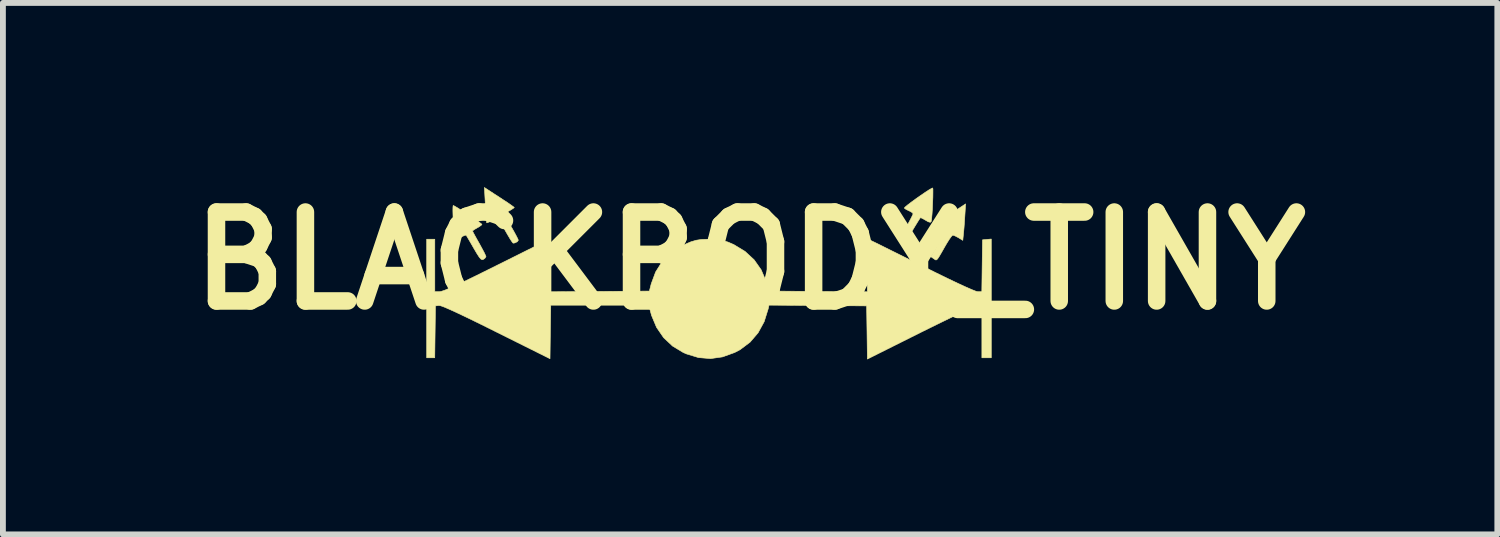
<source format=kicad_pcb>
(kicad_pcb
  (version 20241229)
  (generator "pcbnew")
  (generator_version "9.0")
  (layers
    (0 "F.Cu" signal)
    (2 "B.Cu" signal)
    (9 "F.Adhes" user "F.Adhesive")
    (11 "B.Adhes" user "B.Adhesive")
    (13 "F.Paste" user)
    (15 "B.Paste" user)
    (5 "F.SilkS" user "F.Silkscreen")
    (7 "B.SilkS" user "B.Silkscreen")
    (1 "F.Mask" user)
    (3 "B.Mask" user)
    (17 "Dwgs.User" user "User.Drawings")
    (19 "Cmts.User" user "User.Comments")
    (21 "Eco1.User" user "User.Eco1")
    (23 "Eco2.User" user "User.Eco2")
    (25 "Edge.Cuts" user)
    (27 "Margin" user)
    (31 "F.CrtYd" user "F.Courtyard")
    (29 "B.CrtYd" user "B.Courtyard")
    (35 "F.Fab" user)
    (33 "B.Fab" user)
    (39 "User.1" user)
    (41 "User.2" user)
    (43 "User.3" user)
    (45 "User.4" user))
  (footprint "BLACKBODY_TINY"
    (layer "F.Cu")
    (at 9.804 1.418)
    (property "Reference" "BLACKBODY_TINY" (at 0 0 0) (layer "F.SilkS") (effects (font (size 1.524 1.524) (thickness 0.3))))
    (attr through_hole)
    (fp_poly (pts (xy -4.497 -1.218) (xy -4.455 -1.191) (xy -4.385 -1.145) (xy -4.298 -1.089) (xy -4.241 -1.051) (xy -4.158 -0.997) (xy -4.092 -0.951) (xy -4.051 -0.921) (xy -4.041 -0.912) (xy -4.059 -0.897) (xy -4.105 -0.868) (xy -4.131 -0.853) (xy -4.22 -0.803) (xy -4.096 -0.587) (xy -4.045 -0.497) (xy -4.004 -0.421) (xy -3.978 -0.369) (xy -3.972 -0.35) (xy -3.991 -0.325) (xy -4.032 -0.305) (xy -4.06 -0.301) (xy -4.077 -0.32) (xy -4.111 -0.371) (xy -4.156 -0.447) (xy -4.198 -0.52) (xy -4.32 -0.739) (xy -4.414 -0.691) (xy -4.471 -0.664) (xy -4.507 -0.651) (xy -4.514 -0.651) (xy -4.517 -0.675) (xy -4.522 -0.737) (xy -4.529 -0.827) (xy -4.535 -0.937) (xy -4.536 -0.956) (xy -4.553 -1.255) (xy -4.497 -1.218)) (stroke (width 0.01) (type solid)) (fill yes) (layer "F.SilkS"))
    (fp_poly (pts (xy 3.681 -0.782) (xy 3.674 -0.673) (xy 3.666 -0.564) (xy 3.658 -0.477) (xy 3.657 -0.469) (xy 3.645 -0.349) (xy 3.572 -0.394) (xy 3.517 -0.423) (xy 3.478 -0.438) (xy 3.474 -0.439) (xy 3.452 -0.42) (xy 3.415 -0.369) (xy 3.369 -0.296) (xy 3.341 -0.248) (xy 3.282 -0.144) (xy 3.241 -0.074) (xy 3.214 -0.033) (xy 3.195 -0.015) (xy 3.178 -0.014) (xy 3.16 -0.026) (xy 3.146 -0.036) (xy 3.096 -0.07) (xy 3.225 -0.29) (xy 3.281 -0.387) (xy 3.316 -0.451) (xy 3.332 -0.492) (xy 3.333 -0.518) (xy 3.32 -0.535) (xy 3.311 -0.543) (xy 3.258 -0.576) (xy 3.227 -0.59) (xy 3.193 -0.61) (xy 3.187 -0.622) (xy 3.206 -0.643) (xy 3.265 -0.688) (xy 3.361 -0.755) (xy 3.495 -0.845) (xy 3.631 -0.933) (xy 3.693 -0.974) (xy 3.681 -0.782)) (stroke (width 0.01) (type solid)) (fill yes) (layer "F.SilkS"))
    (fp_poly (pts (xy -5.062 -0.935) (xy -5.008 -0.903) (xy -4.936 -0.857) (xy -4.853 -0.804) (xy -4.768 -0.748) (xy -4.692 -0.696) (xy -4.633 -0.654) (xy -4.599 -0.627) (xy -4.595 -0.622) (xy -4.613 -0.603) (xy -4.659 -0.573) (xy -4.676 -0.564) (xy -4.727 -0.534) (xy -4.755 -0.513) (xy -4.757 -0.51) (xy -4.746 -0.486) (xy -4.717 -0.432) (xy -4.675 -0.356) (xy -4.641 -0.296) (xy -4.593 -0.208) (xy -4.554 -0.135) (xy -4.531 -0.085) (xy -4.526 -0.07) (xy -4.544 -0.043) (xy -4.569 -0.024) (xy -4.591 -0.018) (xy -4.614 -0.029) (xy -4.642 -0.062) (xy -4.682 -0.124) (xy -4.735 -0.214) (xy -4.786 -0.303) (xy -4.828 -0.375) (xy -4.857 -0.424) (xy -4.866 -0.438) (xy -4.89 -0.435) (xy -4.938 -0.413) (xy -4.965 -0.398) (xy -5.055 -0.346) (xy -5.066 -0.421) (xy -5.074 -0.491) (xy -5.082 -0.58) (xy -5.087 -0.678) (xy -5.091 -0.774) (xy -5.093 -0.858) (xy -5.092 -0.919) (xy -5.088 -0.946) (xy -5.087 -0.947) (xy -5.062 -0.935)) (stroke (width 0.01) (type solid)) (fill yes) (layer "F.SilkS"))
    (fp_poly (pts (xy 3.133 -1.226) (xy 3.133 -1.169) (xy 3.132 -1.087) (xy 3.128 -0.992) (xy 3.124 -0.892) (xy 3.118 -0.8) (xy 3.111 -0.725) (xy 3.105 -0.679) (xy 3.104 -0.673) (xy 3.088 -0.658) (xy 3.052 -0.668) (xy 3.012 -0.691) (xy 2.959 -0.721) (xy 2.925 -0.738) (xy 2.921 -0.739) (xy 2.906 -0.72) (xy 2.874 -0.67) (xy 2.828 -0.595) (xy 2.783 -0.52) (xy 2.729 -0.431) (xy 2.683 -0.36) (xy 2.649 -0.314) (xy 2.634 -0.3) (xy 2.605 -0.316) (xy 2.586 -0.335) (xy 2.577 -0.357) (xy 2.582 -0.392) (xy 2.605 -0.447) (xy 2.649 -0.529) (xy 2.676 -0.577) (xy 2.725 -0.665) (xy 2.764 -0.739) (xy 2.788 -0.789) (xy 2.794 -0.805) (xy 2.775 -0.827) (xy 2.729 -0.853) (xy 2.724 -0.855) (xy 2.672 -0.88) (xy 2.643 -0.902) (xy 2.643 -0.903) (xy 2.657 -0.92) (xy 2.701 -0.957) (xy 2.767 -1.007) (xy 2.845 -1.064) (xy 2.928 -1.122) (xy 3.007 -1.176) (xy 3.072 -1.218) (xy 3.117 -1.243) (xy 3.129 -1.247) (xy 3.133 -1.226)) (stroke (width 0.01) (type solid)) (fill yes) (layer "F.SilkS"))
    (fp_poly (pts (xy 4.133 1.663) (xy 3.972 1.663) (xy 3.972 0.762) (xy 3.915 0.762) (xy 3.883 0.772) (xy 3.814 0.801) (xy 3.713 0.846) (xy 3.584 0.906) (xy 3.432 0.979) (xy 3.261 1.062) (xy 3.076 1.153) (xy 2.934 1.223) (xy 2.01 1.685) (xy 2.004 1.229) (xy 1.997 0.774) (xy 0.324 0.761) (xy 0.31 0.825) (xy 0.241 1.045) (xy 0.137 1.235) (xy -0.000132 1.395) (xy -0.17 1.523) (xy -0.265 1.573) (xy -0.473 1.648) (xy -0.678 1.677) (xy -0.883 1.66) (xy -1.09 1.597) (xy -1.145 1.573) (xy -1.329 1.462) (xy -1.482 1.318) (xy -1.603 1.142) (xy -1.689 0.937) (xy -1.719 0.826) (xy -1.733 0.762) (xy -3.416 0.762) (xy -3.423 1.221) (xy -3.429 1.679) (xy -4.35 1.22) (xy -4.605 1.093) (xy -4.82 0.988) (xy -4.996 0.904) (xy -5.135 0.84) (xy -5.236 0.796) (xy -5.302 0.772) (xy -5.332 0.767) (xy -5.392 0.774) (xy -5.404 1.663) (xy -5.542 1.663) (xy -5.542 -0.369) (xy -5.403 -0.369) (xy -5.403 0.531) (xy -5.322 0.531) (xy -5.288 0.524) (xy -5.229 0.504) (xy -5.143 0.468) (xy -5.028 0.416) (xy -4.881 0.347) (xy -4.7 0.259) (xy -4.482 0.151) (xy -4.341 0.081) (xy -4.152 -0.013) (xy -3.976 -0.101) (xy -3.818 -0.18) (xy -3.68 -0.248) (xy -3.569 -0.303) (xy -3.487 -0.342) (xy -3.44 -0.365) (xy -3.429 -0.369) (xy -3.426 -0.348) (xy -3.422 -0.286) (xy -3.42 -0.193) (xy -3.418 -0.075) (xy -3.417 0.062) (xy -3.417 0.081) (xy -3.417 0.532) (xy -2.571 0.526) (xy -1.726 0.52) (xy -1.694 0.395) (xy -1.619 0.193) (xy -1.507 0.015) (xy -1.359 -0.134) (xy -1.18 -0.253) (xy -1.012 -0.325) (xy -0.923 -0.351) (xy -0.838 -0.364) (xy -0.739 -0.368) (xy -0.657 -0.365) (xy -0.545 -0.358) (xy -0.459 -0.344) (xy -0.38 -0.32) (xy -0.287 -0.28) (xy -0.275 -0.274) (xy -0.087 -0.16) (xy 0.069 -0.016) (xy 0.19 0.156) (xy 0.273 0.351) (xy 0.285 0.395) (xy 0.317 0.52) (xy 1.163 0.526) (xy 2.009 0.532) (xy 2.009 0.081) (xy 2.009 -0.057) (xy 2.011 -0.179) (xy 2.013 -0.276) (xy 2.017 -0.342) (xy 2.02 -0.369) (xy 2.021 -0.369) (xy 2.043 -0.359) (xy 2.102 -0.331) (xy 2.195 -0.286) (xy 2.315 -0.226) (xy 2.46 -0.154) (xy 2.625 -0.072) (xy 2.806 0.018) (xy 2.933 0.081) (xy 3.168 0.198) (xy 3.375 0.299) (xy 3.551 0.383) (xy 3.694 0.449) (xy 3.802 0.496) (xy 3.873 0.524) (xy 3.902 0.531) (xy 3.971 0.531) (xy 3.977 0.087) (xy 3.983 -0.358) (xy 4.133 -0.372) (xy 4.133 1.663)) (stroke (width 0.01) (type solid)) (fill yes) (layer "F.SilkS")))
  (gr_rect
    (start -3 -3)
    (end 22.609 6.108)
    (stroke (width 0.1) (type default))
    (fill no)
    (layer "Edge.Cuts")))
</source>
